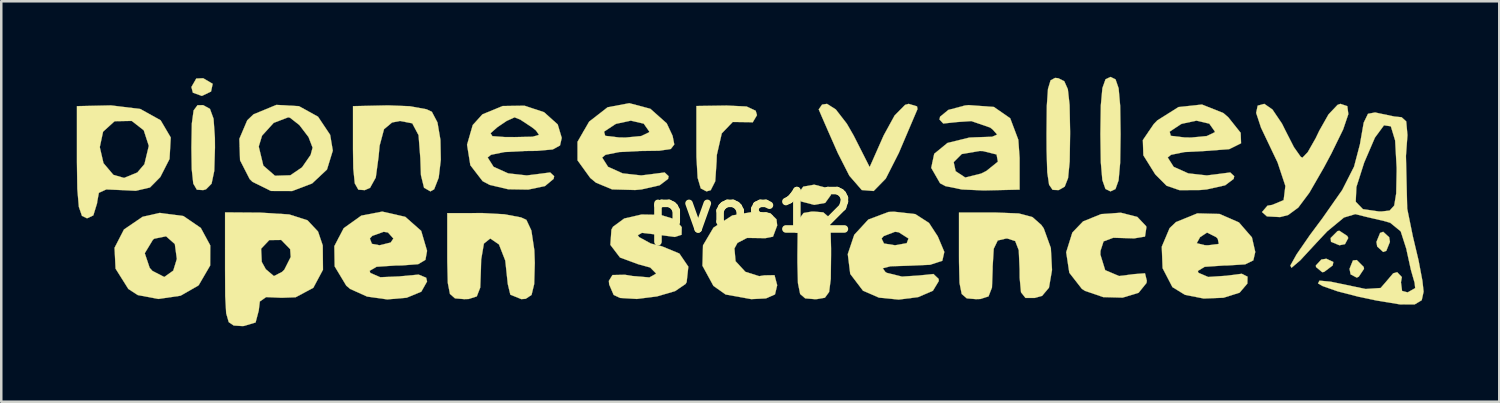
<source format=kicad_pcb>
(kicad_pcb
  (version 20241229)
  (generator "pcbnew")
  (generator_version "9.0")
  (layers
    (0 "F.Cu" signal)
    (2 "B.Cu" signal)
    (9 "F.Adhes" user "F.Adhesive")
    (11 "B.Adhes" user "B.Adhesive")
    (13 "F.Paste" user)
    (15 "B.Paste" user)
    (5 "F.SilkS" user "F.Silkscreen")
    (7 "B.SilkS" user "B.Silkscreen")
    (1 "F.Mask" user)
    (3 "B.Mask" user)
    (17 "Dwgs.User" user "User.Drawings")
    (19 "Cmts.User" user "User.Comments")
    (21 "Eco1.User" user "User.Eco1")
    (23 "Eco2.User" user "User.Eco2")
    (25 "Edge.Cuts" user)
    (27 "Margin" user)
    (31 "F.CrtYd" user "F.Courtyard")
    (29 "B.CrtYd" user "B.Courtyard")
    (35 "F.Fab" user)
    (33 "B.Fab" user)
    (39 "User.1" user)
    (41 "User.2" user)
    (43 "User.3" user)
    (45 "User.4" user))
  (footprint "pvos12"
    (layer "F.Cu")
    (at 26.742 5.352)
    (property "Reference" "pvos12" (at 0 0 0) (layer "F.SilkS") (effects (font (size 1.524 1.524) (thickness 0.3))))
    (attr through_hole)
    (fp_poly (pts (xy -21.347 -5.074) (xy -21.412 -4.767) (xy -21.776 -4.593) (xy -22.133 -4.722) (xy -22.192 -4.946) (xy -21.999 -5.283) (xy -21.724 -5.296) (xy -21.347 -5.074)) (stroke (width 0.01) (type solid)) (fill yes) (layer "F.SilkS"))
    (fp_poly (pts (xy 3.078 -0.93) (xy 3.208 -0.668) (xy 2.976 -0.346) (xy 2.54 -0.267) (xy 2.002 -0.407) (xy 1.872 -0.668) (xy 2.104 -0.991) (xy 2.54 -1.069) (xy 3.078 -0.93)) (stroke (width 0.01) (type solid)) (fill yes) (layer "F.SilkS"))
    (fp_poly (pts (xy 23.153 2.001) (xy 23.127 2.139) (xy 22.786 2.396) (xy 22.711 2.406) (xy 22.466 2.202) (xy 22.459 2.139) (xy 22.677 1.904) (xy 22.876 1.872) (xy 23.153 2.001)) (stroke (width 0.01) (type solid)) (fill yes) (layer "F.SilkS"))
    (fp_poly (pts (xy 23.708 0.97) (xy 23.745 1.049) (xy 23.615 1.293) (xy 23.395 1.337) (xy 23.062 1.201) (xy 23.045 1.049) (xy 23.321 0.773) (xy 23.395 0.762) (xy 23.708 0.97)) (stroke (width 0.01) (type solid)) (fill yes) (layer "F.SilkS"))
    (fp_poly (pts (xy 24.359 2.199) (xy 24.371 2.273) (xy 24.162 2.586) (xy 24.083 2.622) (xy 23.839 2.493) (xy 23.796 2.273) (xy 23.931 1.94) (xy 24.083 1.923) (xy 24.359 2.199)) (stroke (width 0.01) (type solid)) (fill yes) (layer "F.SilkS"))
    (fp_poly (pts (xy 25.37 1.019) (xy 25.4 1.203) (xy 25.256 1.559) (xy 25.133 1.604) (xy 24.895 1.388) (xy 24.865 1.203) (xy 25.01 0.847) (xy 25.133 0.802) (xy 25.37 1.019)) (stroke (width 0.01) (type solid)) (fill yes) (layer "F.SilkS"))
    (fp_poly (pts (xy -21.455 -4.079) (xy -21.312 -3.687) (xy -21.259 -2.928) (xy -21.256 -2.54) (xy -21.284 -1.618) (xy -21.391 -1.108) (xy -21.61 -0.886) (xy -21.724 -0.853) (xy -21.975 -0.869) (xy -22.117 -1.112) (xy -22.179 -1.687) (xy -22.192 -2.54) (xy -22.175 -3.492) (xy -22.104 -4.017) (xy -21.949 -4.224) (xy -21.724 -4.227) (xy -21.455 -4.079)) (stroke (width 0.01) (type solid)) (fill yes) (layer "F.SilkS"))
    (fp_poly (pts (xy 14.505 -5.25) (xy 14.627 -4.897) (xy 14.689 -4.195) (xy 14.705 -3.075) (xy 14.688 -1.939) (xy 14.626 -1.243) (xy 14.502 -0.895) (xy 14.304 -0.802) (xy 14.104 -0.899) (xy 13.981 -1.252) (xy 13.92 -1.955) (xy 13.903 -3.075) (xy 13.92 -4.211) (xy 13.983 -4.906) (xy 14.107 -5.254) (xy 14.304 -5.347) (xy 14.505 -5.25)) (stroke (width 0.01) (type solid)) (fill yes) (layer "F.SilkS"))
    (fp_poly (pts (xy -0.146 -4.173) (xy 0.215 -4.005) (xy 0.267 -3.83) (xy 0.097 -3.544) (xy -0.067 -3.551) (xy -0.696 -3.559) (xy -1.131 -3.106) (xy -1.329 -2.245) (xy -1.337 -1.996) (xy -1.39 -1.206) (xy -1.571 -0.849) (xy -1.738 -0.802) (xy -1.965 -0.92) (xy -2.09 -1.341) (xy -2.137 -2.166) (xy -2.139 -2.498) (xy -2.139 -4.193) (xy -0.936 -4.211) (xy -0.146 -4.173)) (stroke (width 0.01) (type solid)) (fill yes) (layer "F.SilkS"))
    (fp_poly (pts (xy 2.899 0.03) (xy 3.099 0.202) (xy 3.187 0.637) (xy 3.208 1.454) (xy 3.208 1.738) (xy 3.197 2.672) (xy 3.131 3.192) (xy 2.964 3.42) (xy 2.649 3.475) (xy 2.54 3.476) (xy 2.181 3.445) (xy 1.981 3.273) (xy 1.893 2.839) (xy 1.872 2.022) (xy 1.872 1.738) (xy 1.883 0.804) (xy 1.949 0.283) (xy 2.116 0.056) (xy 2.431 0.001) (xy 2.54 0) (xy 2.899 0.03)) (stroke (width 0.01) (type solid)) (fill yes) (layer "F.SilkS"))
    (fp_poly (pts (xy 12.232 -5.296) (xy 12.469 -5.177) (xy 12.611 -4.859) (xy 12.68 -4.235) (xy 12.7 -3.194) (xy 12.7 -3.075) (xy 12.684 -1.991) (xy 12.62 -1.333) (xy 12.486 -0.991) (xy 12.258 -0.859) (xy 12.232 -0.853) (xy 12.006 -0.864) (xy 11.866 -1.067) (xy 11.793 -1.561) (xy 11.767 -2.442) (xy 11.764 -3.075) (xy 11.775 -4.192) (xy 11.822 -4.872) (xy 11.925 -5.212) (xy 12.104 -5.309) (xy 12.232 -5.296)) (stroke (width 0.01) (type solid)) (fill yes) (layer "F.SilkS"))
    (fp_poly (pts (xy 6.622 -4.178) (xy 6.64 -4.07) (xy 6.495 -3.73) (xy 6.207 -3.054) (xy 5.9 -2.332) (xy 5.381 -1.31) (xy 4.9 -0.818) (xy 4.428 -0.856) (xy 3.935 -1.423) (xy 3.476 -2.325) (xy 3.109 -3.157) (xy 2.832 -3.792) (xy 2.718 -4.058) (xy 2.851 -4.248) (xy 3.047 -4.278) (xy 3.396 -4.057) (xy 3.835 -3.49) (xy 4.104 -3.023) (xy 4.741 -1.767) (xy 5.297 -3.023) (xy 5.733 -3.818) (xy 6.149 -4.238) (xy 6.29 -4.278) (xy 6.622 -4.178)) (stroke (width 0.01) (type solid)) (fill yes) (layer "F.SilkS"))
    (fp_poly (pts (xy 0.793 0.062) (xy 1.042 0.308) (xy 1.069 0.552) (xy 0.903 0.995) (xy 0.602 1.055) (xy -0.128 1.045) (xy -0.509 1.244) (xy -0.628 1.463) (xy -0.584 1.969) (xy -0.195 2.391) (xy 0.354 2.564) (xy 0.563 2.531) (xy 0.963 2.525) (xy 1.069 2.923) (xy 0.982 3.289) (xy 0.623 3.447) (xy 0.041 3.476) (xy -0.979 3.292) (xy -1.463 2.95) (xy -1.899 2.15) (xy -1.877 1.341) (xy -1.461 0.637) (xy -0.714 0.153) (xy 0.163 0) (xy 0.793 0.062)) (stroke (width 0.01) (type solid)) (fill yes) (layer "F.SilkS"))
    (fp_poly (pts (xy 15.369 0.211) (xy 15.719 0.579) (xy 15.73 0.624) (xy 15.674 0.992) (xy 15.234 1.065) (xy 15.197 1.062) (xy 14.415 1.039) (xy 14.029 1.183) (xy 13.907 1.559) (xy 13.903 1.709) (xy 14.093 2.325) (xy 14.645 2.559) (xy 15.241 2.483) (xy 15.674 2.45) (xy 15.747 2.747) (xy 15.733 2.836) (xy 15.42 3.224) (xy 14.787 3.416) (xy 14.016 3.396) (xy 13.292 3.148) (xy 13.168 3.069) (xy 12.669 2.428) (xy 12.545 1.614) (xy 12.79 0.832) (xy 13.216 0.389) (xy 13.936 0.099) (xy 14.714 0.045) (xy 15.369 0.211)) (stroke (width 0.01) (type solid)) (fill yes) (layer "F.SilkS"))
    (fp_poly (pts (xy -22.509 0.177) (xy -21.818 0.649) (xy -21.442 1.344) (xy -21.446 2.14) (xy -21.896 2.913) (xy -21.924 2.941) (xy -22.623 3.34) (xy -23.501 3.469) (xy -24.321 3.315) (xy -24.695 3.073) (xy -25.203 2.266) (xy -25.233 1.653) (xy -24.044 1.653) (xy -23.848 2.234) (xy -23.739 2.356) (xy -23.268 2.597) (xy -22.912 2.343) (xy -22.77 1.881) (xy -22.85 1.288) (xy -23.198 0.981) (xy -23.666 1.076) (xy -23.72 1.118) (xy -24.044 1.653) (xy -25.233 1.653) (xy -25.244 1.438) (xy -24.87 0.711) (xy -24.13 0.206) (xy -23.45 0.052) (xy -22.509 0.177)) (stroke (width 0.01) (type solid)) (fill yes) (layer "F.SilkS"))
    (fp_poly (pts (xy -13.52 -4.184) (xy -12.855 -4.063) (xy -12.644 -3.964) (xy -12.421 -3.541) (xy -12.303 -2.848) (xy -12.288 -2.058) (xy -12.372 -1.346) (xy -12.553 -0.885) (xy -12.7 -0.802) (xy -12.954 -0.947) (xy -13.077 -1.449) (xy -13.101 -2.117) (xy -13.172 -3.035) (xy -13.422 -3.505) (xy -13.909 -3.599) (xy -14.224 -3.538) (xy -14.543 -3.272) (xy -14.718 -2.618) (xy -14.759 -2.181) (xy -14.87 -1.354) (xy -15.097 -0.944) (xy -15.307 -0.852) (xy -15.562 -0.87) (xy -15.704 -1.119) (xy -15.764 -1.709) (xy -15.775 -2.475) (xy -15.775 -4.187) (xy -14.382 -4.218) (xy -13.52 -4.184)) (stroke (width 0.01) (type solid)) (fill yes) (layer "F.SilkS"))
    (fp_poly (pts (xy -9.765 0.106) (xy -9.102 0.231) (xy -8.89 0.328) (xy -8.692 0.751) (xy -8.574 1.533) (xy -8.556 2.038) (xy -8.58 2.876) (xy -8.685 3.309) (xy -8.917 3.463) (xy -9.091 3.476) (xy -9.527 3.299) (xy -9.629 2.874) (xy -9.728 1.946) (xy -9.979 1.303) (xy -10.325 1.069) (xy -10.577 1.27) (xy -10.686 1.91) (xy -10.695 2.273) (xy -10.722 3.015) (xy -10.859 3.367) (xy -11.183 3.471) (xy -11.363 3.476) (xy -11.725 3.445) (xy -11.925 3.27) (xy -12.011 2.829) (xy -12.031 2.001) (xy -12.032 1.769) (xy -12.032 0.062) (xy -10.628 0.059) (xy -9.765 0.106)) (stroke (width 0.01) (type solid)) (fill yes) (layer "F.SilkS"))
    (fp_poly (pts (xy -17.92 -4.186) (xy -17.164 -3.769) (xy -16.682 -3.047) (xy -16.577 -2.421) (xy -16.808 -1.67) (xy -17.399 -1.117) (xy -18.192 -0.816) (xy -19.033 -0.819) (xy -19.766 -1.181) (xy -19.878 -1.291) (xy -20.26 -2.038) (xy -20.278 -2.584) (xy -19.518 -2.584) (xy -19.335 -1.825) (xy -18.873 -1.423) (xy -18.263 -1.442) (xy -17.799 -1.757) (xy -17.458 -2.249) (xy -17.379 -2.54) (xy -17.542 -2.962) (xy -17.904 -3.436) (xy -18.275 -3.727) (xy -18.351 -3.743) (xy -18.925 -3.523) (xy -19.386 -3.016) (xy -19.518 -2.584) (xy -20.278 -2.584) (xy -20.288 -2.888) (xy -19.974 -3.625) (xy -19.726 -3.862) (xy -18.818 -4.237) (xy -17.92 -4.186)) (stroke (width 0.01) (type solid)) (fill yes) (layer "F.SilkS"))
    (fp_poly (pts (xy 10.665 0.074) (xy 11.205 0.218) (xy 11.556 0.528) (xy 11.654 0.667) (xy 11.936 1.447) (xy 11.982 2.319) (xy 11.861 3.022) (xy 11.588 3.347) (xy 11.296 3.428) (xy 10.928 3.428) (xy 10.751 3.205) (xy 10.697 2.626) (xy 10.695 2.291) (xy 10.661 1.532) (xy 10.52 1.17) (xy 10.212 1.07) (xy 10.16 1.069) (xy 9.826 1.148) (xy 9.668 1.475) (xy 9.625 2.186) (xy 9.625 2.273) (xy 9.598 3.015) (xy 9.461 3.367) (xy 9.137 3.471) (xy 8.957 3.476) (xy 8.596 3.445) (xy 8.396 3.271) (xy 8.309 2.833) (xy 8.289 2.009) (xy 8.288 1.757) (xy 8.288 0.038) (xy 9.765 0.038) (xy 10.665 0.074)) (stroke (width 0.01) (type solid)) (fill yes) (layer "F.SilkS"))
    (fp_poly (pts (xy 23.708 -4.187) (xy 23.749 -3.871) (xy 23.543 -3.264) (xy 23.073 -2.302) (xy 22.771 -1.738) (xy 22.202 -0.751) (xy 21.76 -0.159) (xy 21.358 0.136) (xy 21.037 0.218) (xy 20.515 0.19) (xy 20.32 0.018) (xy 20.537 -0.234) (xy 20.729 -0.267) (xy 21.179 -0.455) (xy 21.249 -1.018) (xy 20.939 -1.952) (xy 20.739 -2.37) (xy 20.281 -3.333) (xy 20.088 -3.919) (xy 20.149 -4.207) (xy 20.413 -4.278) (xy 20.734 -4.055) (xy 21.114 -3.493) (xy 21.256 -3.208) (xy 21.587 -2.56) (xy 21.855 -2.18) (xy 21.924 -2.139) (xy 22.137 -2.36) (xy 22.453 -2.916) (xy 22.593 -3.208) (xy 22.962 -3.86) (xy 23.322 -4.239) (xy 23.435 -4.278) (xy 23.708 -4.187)) (stroke (width 0.01) (type solid)) (fill yes) (layer "F.SilkS"))
    (fp_poly (pts (xy -19.451 0.041) (xy -18.309 0.113) (xy -17.583 0.345) (xy -17.163 0.793) (xy -16.976 1.345) (xy -16.967 2.309) (xy -17.351 3.027) (xy -18.053 3.402) (xy -18.606 3.422) (xy -19.224 3.395) (xy -19.475 3.57) (xy -19.518 3.931) (xy -19.643 4.403) (xy -20.112 4.544) (xy -20.186 4.545) (xy -20.511 4.524) (xy -20.709 4.39) (xy -20.811 4.037) (xy -20.849 3.358) (xy -20.855 2.288) (xy -20.855 1.474) (xy -19.423 1.474) (xy -19.398 1.998) (xy -19.237 2.289) (xy -18.915 2.561) (xy -18.593 2.395) (xy -18.502 2.307) (xy -18.248 1.803) (xy -18.27 1.491) (xy -18.626 1.126) (xy -19.1 1.132) (xy -19.423 1.474) (xy -20.855 1.474) (xy -20.855 0.031) (xy -19.451 0.041)) (stroke (width 0.01) (type solid)) (fill yes) (layer "F.SilkS"))
    (fp_poly (pts (xy -24.22 -4.074) (xy -23.414 -3.626) (xy -23.012 -2.943) (xy -23.06 -2.09) (xy -23.427 -1.371) (xy -23.837 -0.957) (xy -24.399 -0.826) (xy -24.898 -0.851) (xy -25.571 -0.88) (xy -25.866 -0.745) (xy -25.935 -0.373) (xy -25.935 -0.341) (xy -26.086 0.151) (xy -26.336 0.267) (xy -26.538 0.169) (xy -26.661 -0.188) (xy -26.722 -0.898) (xy -26.737 -1.96) (xy -26.737 -2.559) (xy -25.83 -2.559) (xy -25.683 -1.924) (xy -25.29 -1.459) (xy -24.865 -1.337) (xy -24.34 -1.552) (xy -24.058 -1.882) (xy -23.883 -2.61) (xy -24.084 -3.229) (xy -24.562 -3.601) (xy -25.22 -3.589) (xy -25.256 -3.576) (xy -25.699 -3.173) (xy -25.83 -2.559) (xy -26.737 -2.559) (xy -26.737 -4.187) (xy -25.385 -4.217) (xy -24.22 -4.074)) (stroke (width 0.01) (type solid)) (fill yes) (layer "F.SilkS"))
    (fp_poly (pts (xy -3.577 0.129) (xy -2.98 0.309) (xy -2.721 0.618) (xy -2.727 0.92) (xy -2.994 1.007) (xy -3.649 0.921) (xy -3.654 0.92) (xy -4.302 0.844) (xy -4.466 0.939) (xy -4.412 1.014) (xy -3.95 1.268) (xy -3.503 1.381) (xy -2.815 1.665) (xy -2.459 2.187) (xy -2.526 2.8) (xy -2.569 2.874) (xy -2.986 3.158) (xy -3.704 3.368) (xy -4.504 3.469) (xy -5.167 3.429) (xy -5.424 3.31) (xy -5.603 2.892) (xy -5.615 2.751) (xy -5.472 2.519) (xy -4.975 2.509) (xy -4.679 2.558) (xy -4.005 2.614) (xy -3.744 2.468) (xy -3.743 2.454) (xy -3.974 2.22) (xy -4.451 2.09) (xy -5.172 1.824) (xy -5.555 1.322) (xy -5.513 0.715) (xy -5.451 0.602) (xy -5.004 0.274) (xy -4.316 0.116) (xy -3.577 0.129)) (stroke (width 0.01) (type solid)) (fill yes) (layer "F.SilkS"))
    (fp_poly (pts (xy 18.634 0.094) (xy 19.405 0.43) (xy 19.921 1.025) (xy 20.053 1.604) (xy 19.975 1.937) (xy 19.652 2.095) (xy 18.947 2.139) (xy 18.834 2.139) (xy 18.042 2.193) (xy 17.772 2.357) (xy 17.795 2.43) (xy 18.184 2.596) (xy 18.903 2.548) (xy 19.517 2.469) (xy 19.746 2.584) (xy 19.739 2.858) (xy 19.43 3.22) (xy 18.791 3.421) (xy 18.008 3.452) (xy 17.262 3.305) (xy 16.763 2.999) (xy 16.373 2.247) (xy 16.34 1.395) (xy 16.399 1.255) (xy 17.729 1.255) (xy 18.052 1.335) (xy 18.181 1.337) (xy 18.606 1.283) (xy 18.563 1.081) (xy 18.502 1.016) (xy 18.138 0.833) (xy 17.86 1.016) (xy 17.729 1.255) (xy 16.399 1.255) (xy 16.652 0.656) (xy 16.904 0.416) (xy 17.751 0.071) (xy 18.634 0.094)) (stroke (width 0.01) (type solid)) (fill yes) (layer "F.SilkS"))
    (fp_poly (pts (xy -13.699 0.208) (xy -13.067 0.765) (xy -12.834 1.558) (xy -12.899 1.917) (xy -13.187 2.088) (xy -13.838 2.138) (xy -14.053 2.139) (xy -14.839 2.191) (xy -15.113 2.351) (xy -15.089 2.435) (xy -14.693 2.606) (xy -13.917 2.573) (xy -13.87 2.566) (xy -13.17 2.502) (xy -12.869 2.626) (xy -12.834 2.776) (xy -13.063 3.18) (xy -13.643 3.42) (xy -14.414 3.487) (xy -15.216 3.374) (xy -15.889 3.071) (xy -16.042 2.941) (xy -16.503 2.175) (xy -16.516 1.372) (xy -16.358 1.069) (xy -15.106 1.069) (xy -15.024 1.28) (xy -14.721 1.337) (xy -14.278 1.228) (xy -14.171 1.069) (xy -14.386 0.83) (xy -14.556 0.802) (xy -15.011 0.965) (xy -15.106 1.069) (xy -16.358 1.069) (xy -16.143 0.658) (xy -15.445 0.16) (xy -14.613 0) (xy -13.699 0.208)) (stroke (width 0.01) (type solid)) (fill yes) (layer "F.SilkS"))
    (fp_poly (pts (xy 6.552 0.099) (xy 7.097 0.45) (xy 7.446 0.985) (xy 7.706 1.602) (xy 7.626 1.953) (xy 7.14 2.112) (xy 6.35 2.147) (xy 5.569 2.172) (xy 5.261 2.249) (xy 5.364 2.396) (xy 5.424 2.433) (xy 6.026 2.581) (xy 6.694 2.538) (xy 7.274 2.478) (xy 7.48 2.673) (xy 7.486 2.758) (xy 7.253 3.143) (xy 6.666 3.396) (xy 5.895 3.494) (xy 5.108 3.416) (xy 4.477 3.142) (xy 3.97 2.475) (xy 3.872 1.688) (xy 4.08 1.069) (xy 5.214 1.069) (xy 5.31 1.267) (xy 5.748 1.337) (xy 6.213 1.254) (xy 6.283 1.069) (xy 5.895 0.821) (xy 5.748 0.802) (xy 5.3 0.972) (xy 5.214 1.069) (xy 4.08 1.069) (xy 4.13 0.921) (xy 4.687 0.316) (xy 5.489 0.015) (xy 5.701 0.004) (xy 6.552 0.099)) (stroke (width 0.01) (type solid)) (fill yes) (layer "F.SilkS"))
    (fp_poly (pts (xy 9.675 -4.154) (xy 10.322 -3.706) (xy 10.644 -2.852) (xy 10.695 -2.133) (xy 10.695 -0.872) (xy 9.275 -0.84) (xy 8.406 -0.878) (xy 7.748 -1.012) (xy 7.537 -1.125) (xy 7.186 -1.736) (xy 7.234 -1.964) (xy 8.077 -1.964) (xy 8.155 -1.604) (xy 8.536 -1.353) (xy 9.169 -1.51) (xy 9.375 -1.614) (xy 9.833 -1.982) (xy 9.78 -2.268) (xy 9.239 -2.403) (xy 9.106 -2.406) (xy 8.397 -2.285) (xy 8.077 -1.964) (xy 7.234 -1.964) (xy 7.305 -2.296) (xy 7.83 -2.725) (xy 8.699 -2.939) (xy 8.943 -2.95) (xy 9.604 -2.972) (xy 9.805 -3.059) (xy 9.624 -3.261) (xy 9.525 -3.337) (xy 8.778 -3.594) (xy 8.22 -3.556) (xy 7.664 -3.497) (xy 7.513 -3.658) (xy 7.538 -3.769) (xy 7.866 -4.038) (xy 8.525 -4.213) (xy 8.67 -4.229) (xy 9.675 -4.154)) (stroke (width 0.01) (type solid)) (fill yes) (layer "F.SilkS"))
    (fp_poly (pts (xy -3.967 -4.082) (xy -3.317 -3.504) (xy -3.084 -3.008) (xy -3.017 -2.666) (xy -3.156 -2.486) (xy -3.614 -2.417) (xy -4.394 -2.406) (xy -5.204 -2.364) (xy -5.745 -2.256) (xy -5.882 -2.148) (xy -5.647 -1.778) (xy -5.067 -1.518) (xy -4.331 -1.436) (xy -3.963 -1.481) (xy -3.4 -1.554) (xy -3.242 -1.406) (xy -3.264 -1.298) (xy -3.6 -1.044) (xy -4.321 -0.88) (xy -4.57 -0.857) (xy -5.486 -0.882) (xy -6.125 -1.147) (xy -6.353 -1.335) (xy -6.859 -2.035) (xy -6.86 -2.771) (xy -6.628 -3.174) (xy -5.806 -3.174) (xy -5.76 -3.009) (xy -5.208 -2.944) (xy -4.946 -2.941) (xy -4.328 -3.001) (xy -4.019 -3.149) (xy -4.011 -3.18) (xy -4.23 -3.492) (xy -4.742 -3.611) (xy -5.323 -3.487) (xy -5.367 -3.465) (xy -5.806 -3.174) (xy -6.628 -3.174) (xy -6.397 -3.573) (xy -5.664 -4.143) (xy -4.802 -4.304) (xy -3.967 -4.082)) (stroke (width 0.01) (type solid)) (fill yes) (layer "F.SilkS"))
    (fp_poly (pts (xy -8.187 -3.946) (xy -7.646 -3.461) (xy -7.486 -2.926) (xy -7.555 -2.625) (xy -7.843 -2.468) (xy -8.478 -2.411) (xy -8.957 -2.406) (xy -9.762 -2.364) (xy -10.296 -2.255) (xy -10.427 -2.148) (xy -10.192 -1.778) (xy -9.613 -1.518) (xy -8.876 -1.436) (xy -8.508 -1.481) (xy -7.945 -1.554) (xy -7.787 -1.406) (xy -7.81 -1.298) (xy -8.153 -1.013) (xy -8.819 -0.874) (xy -9.613 -0.887) (xy -10.344 -1.059) (xy -10.628 -1.209) (xy -11.115 -1.841) (xy -11.246 -2.655) (xy -11.114 -3.112) (xy -10.313 -3.112) (xy -10.241 -2.996) (xy -9.746 -2.96) (xy -9.358 -2.958) (xy -8.645 -2.973) (xy -8.388 -3.046) (xy -8.512 -3.223) (xy -8.674 -3.351) (xy -9.135 -3.654) (xy -9.358 -3.743) (xy -9.676 -3.599) (xy -10.042 -3.351) (xy -10.313 -3.112) (xy -11.114 -3.112) (xy -11.02 -3.437) (xy -10.635 -3.862) (xy -9.834 -4.192) (xy -8.967 -4.205) (xy -8.187 -3.946)) (stroke (width 0.01) (type solid)) (fill yes) (layer "F.SilkS"))
    (fp_poly (pts (xy 18.788 -3.912) (xy 18.983 -3.743) (xy 19.473 -3.128) (xy 19.489 -2.713) (xy 19.017 -2.479) (xy 18.047 -2.406) (xy 17.242 -2.364) (xy 16.708 -2.255) (xy 16.577 -2.148) (xy 16.812 -1.778) (xy 17.392 -1.518) (xy 18.128 -1.436) (xy 18.496 -1.481) (xy 19.059 -1.554) (xy 19.217 -1.406) (xy 19.194 -1.298) (xy 18.857 -1.044) (xy 18.123 -0.88) (xy 17.856 -0.856) (xy 17.043 -0.851) (xy 16.531 -1.027) (xy 16.094 -1.465) (xy 16.072 -1.493) (xy 15.609 -2.235) (xy 15.589 -2.839) (xy 15.817 -3.174) (xy 16.653 -3.174) (xy 16.699 -3.009) (xy 17.251 -2.944) (xy 17.513 -2.941) (xy 18.131 -3.001) (xy 18.44 -3.149) (xy 18.448 -3.18) (xy 18.228 -3.492) (xy 17.717 -3.611) (xy 17.136 -3.487) (xy 17.092 -3.465) (xy 16.653 -3.174) (xy 15.817 -3.174) (xy 16.021 -3.474) (xy 16.164 -3.622) (xy 17.006 -4.152) (xy 17.937 -4.251) (xy 18.788 -3.912)) (stroke (width 0.01) (type solid)) (fill yes) (layer "F.SilkS"))
    (fp_poly (pts (xy 24.969 -3.902) (xy 25.579 -3.775) (xy 25.864 -3.747) (xy 26.047 -3.581) (xy 26.096 -3.038) (xy 26.036 -2.206) (xy 26.086 -0.117) (xy 26.308 0.974) (xy 26.536 1.934) (xy 26.691 2.755) (xy 26.737 3.18) (xy 26.663 3.518) (xy 26.384 3.685) (xy 25.813 3.687) (xy 24.863 3.53) (xy 24.148 3.379) (xy 23.325 3.167) (xy 22.724 2.956) (xy 22.545 2.852) (xy 22.603 2.742) (xy 23.048 2.783) (xy 23.061 2.786) (xy 23.875 2.956) (xy 24.436 3.073) (xy 25.03 3.034) (xy 25.23 2.805) (xy 25.529 2.452) (xy 25.688 2.406) (xy 25.874 2.6) (xy 25.838 2.807) (xy 25.882 3.15) (xy 26.105 3.208) (xy 26.403 3.038) (xy 26.38 2.826) (xy 26.233 2.314) (xy 26.07 1.572) (xy 26.054 1.487) (xy 25.828 0.785) (xy 25.413 0.445) (xy 25.169 0.374) (xy 24.464 0.21) (xy 24.026 0.1) (xy 23.575 0.235) (xy 22.912 0.782) (xy 22.489 1.232) (xy 21.838 1.936) (xy 21.492 2.231) (xy 21.446 2.143) (xy 21.694 1.698) (xy 22.229 0.923) (xy 22.718 0.267) (xy 23.179 -0.391) (xy 24.042 -0.391) (xy 24.328 -0.097) (xy 24.959 -0.006) (xy 25.066 -0.004) (xy 25.39 -0.042) (xy 25.57 -0.24) (xy 25.649 -0.719) (xy 25.667 -1.599) (xy 25.667 -1.738) (xy 25.607 -2.823) (xy 25.436 -3.387) (xy 25.164 -3.426) (xy 24.805 -2.939) (xy 24.378 -1.948) (xy 24.069 -0.978) (xy 24.042 -0.391) (xy 23.179 -0.391) (xy 23.505 -0.856) (xy 23.976 -1.785) (xy 24.212 -2.682) (xy 24.224 -2.762) (xy 24.359 -3.531) (xy 24.529 -3.883) (xy 24.812 -3.937) (xy 24.969 -3.902)) (stroke (width 0.01) (type solid)) (fill yes) (layer "F.SilkS")))
  (gr_rect
    (start -3 -3)
    (end 56.484 12.903)
    (stroke (width 0.1) (type default))
    (fill no)
    (layer "Edge.Cuts")))
</source>
